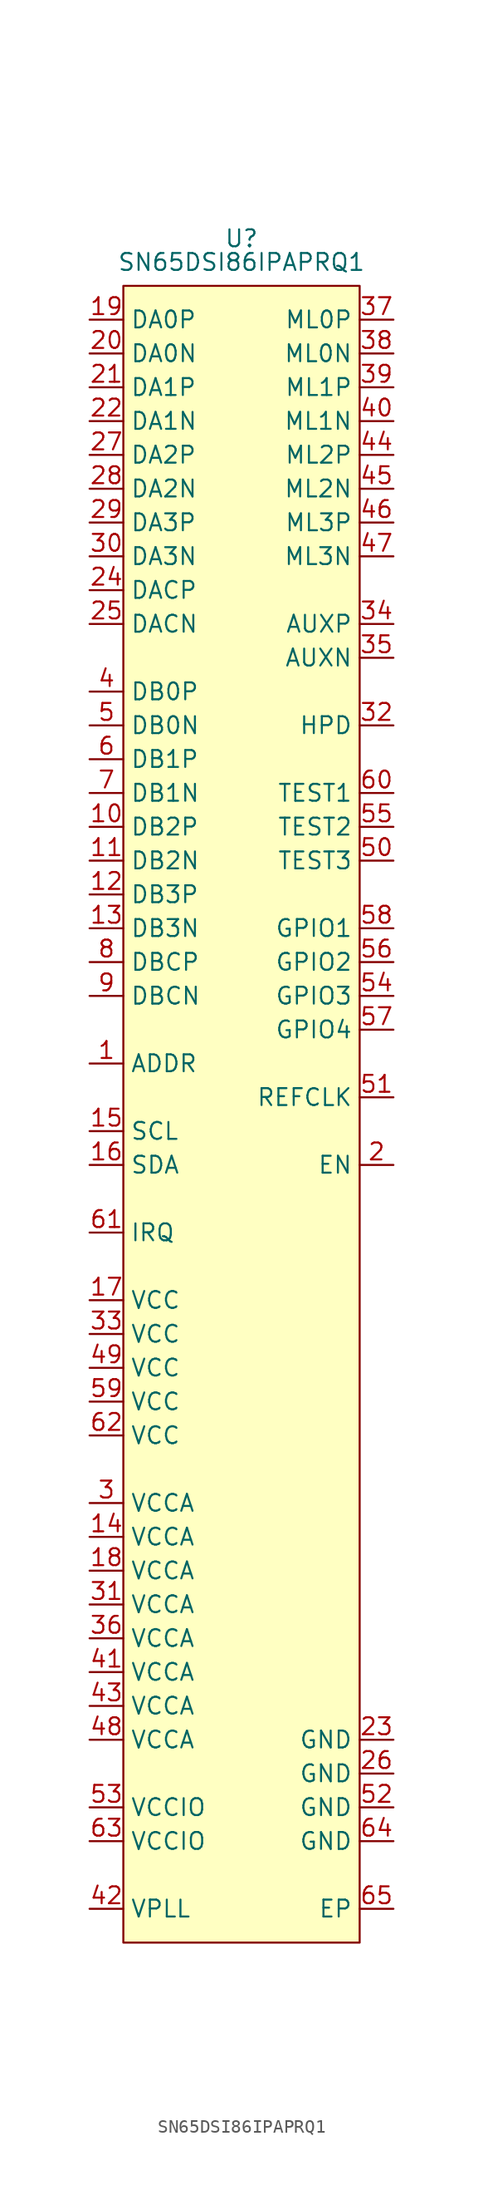
<source format=kicad_sym>
(kicad_symbol_lib
  (version 20231120)
  (generator "kicad_symbol_editor")
  (generator_version "8.0")
  (symbol "SN65DSI86IPAPRQ1"
    (property "Reference" "U"
      (at 0 65.786 0)
      (effects (font (size 1.27 1.27))))
    (property "Value" "SN65DSI86IPAPRQ1"
      (at 0 64.008 0)
      (effects (font (size 1.27 1.27))))
    (symbol "SN65DSI86IPAPRQ1_1_1"
      (rectangle (start -8.89 62.23) (end 8.89 -62.23) (stroke (width 0) (type default)) (fill (type background)))
      (pin input line (at -11.43 3.81 0) (length 2.54) (name "ADDR" (effects (font (size 1.27 1.27)))) (number "1" (effects (font (size 1.27 1.27)))))
      (pin input line (at -11.43 21.59 0) (length 2.54) (name "DB2P" (effects (font (size 1.27 1.27)))) (number "10" (effects (font (size 1.27 1.27)))))
      (pin input line (at -11.43 19.05 0) (length 2.54) (name "DB2N" (effects (font (size 1.27 1.27)))) (number "11" (effects (font (size 1.27 1.27)))))
      (pin input line (at -11.43 16.51 0) (length 2.54) (name "DB3P" (effects (font (size 1.27 1.27)))) (number "12" (effects (font (size 1.27 1.27)))))
      (pin input line (at -11.43 13.97 0) (length 2.54) (name "DB3N" (effects (font (size 1.27 1.27)))) (number "13" (effects (font (size 1.27 1.27)))))
      (pin input line (at -11.43 -31.75 0) (length 2.54) (name "VCCA" (effects (font (size 1.27 1.27)))) (number "14" (effects (font (size 1.27 1.27)))))
      (pin input line (at -11.43 -1.27 0) (length 2.54) (name "SCL" (effects (font (size 1.27 1.27)))) (number "15" (effects (font (size 1.27 1.27)))))
      (pin input line (at -11.43 -3.81 0) (length 2.54) (name "SDA" (effects (font (size 1.27 1.27)))) (number "16" (effects (font (size 1.27 1.27)))))
      (pin input line (at -11.43 -13.97 0) (length 2.54) (name "VCC" (effects (font (size 1.27 1.27)))) (number "17" (effects (font (size 1.27 1.27)))))
      (pin input line (at -11.43 -34.29 0) (length 2.54) (name "VCCA" (effects (font (size 1.27 1.27)))) (number "18" (effects (font (size 1.27 1.27)))))
      (pin input line (at -11.43 59.69 0) (length 2.54) (name "DA0P" (effects (font (size 1.27 1.27)))) (number "19" (effects (font (size 1.27 1.27)))))
      (pin input line (at 11.43 -3.81 180) (length 2.54) (name "EN" (effects (font (size 1.27 1.27)))) (number "2" (effects (font (size 1.27 1.27)))))
      (pin input line (at -11.43 57.15 0) (length 2.54) (name "DA0N" (effects (font (size 1.27 1.27)))) (number "20" (effects (font (size 1.27 1.27)))))
      (pin input line (at -11.43 54.61 0) (length 2.54) (name "DA1P" (effects (font (size 1.27 1.27)))) (number "21" (effects (font (size 1.27 1.27)))))
      (pin input line (at -11.43 52.07 0) (length 2.54) (name "DA1N" (effects (font (size 1.27 1.27)))) (number "22" (effects (font (size 1.27 1.27)))))
      (pin input line (at 11.43 -46.99 180) (length 2.54) (name "GND" (effects (font (size 1.27 1.27)))) (number "23" (effects (font (size 1.27 1.27)))))
      (pin input line (at -11.43 39.37 0) (length 2.54) (name "DACP" (effects (font (size 1.27 1.27)))) (number "24" (effects (font (size 1.27 1.27)))))
      (pin input line (at -11.43 36.83 0) (length 2.54) (name "DACN" (effects (font (size 1.27 1.27)))) (number "25" (effects (font (size 1.27 1.27)))))
      (pin input line (at 11.43 -49.53 180) (length 2.54) (name "GND" (effects (font (size 1.27 1.27)))) (number "26" (effects (font (size 1.27 1.27)))))
      (pin input line (at -11.43 49.53 0) (length 2.54) (name "DA2P" (effects (font (size 1.27 1.27)))) (number "27" (effects (font (size 1.27 1.27)))))
      (pin input line (at -11.43 46.99 0) (length 2.54) (name "DA2N" (effects (font (size 1.27 1.27)))) (number "28" (effects (font (size 1.27 1.27)))))
      (pin input line (at -11.43 44.45 0) (length 2.54) (name "DA3P" (effects (font (size 1.27 1.27)))) (number "29" (effects (font (size 1.27 1.27)))))
      (pin input line (at -11.43 -29.21 0) (length 2.54) (name "VCCA" (effects (font (size 1.27 1.27)))) (number "3" (effects (font (size 1.27 1.27)))))
      (pin input line (at -11.43 41.91 0) (length 2.54) (name "DA3N" (effects (font (size 1.27 1.27)))) (number "30" (effects (font (size 1.27 1.27)))))
      (pin input line (at -11.43 -36.83 0) (length 2.54) (name "VCCA" (effects (font (size 1.27 1.27)))) (number "31" (effects (font (size 1.27 1.27)))))
      (pin input line (at 11.43 29.21 180) (length 2.54) (name "HPD" (effects (font (size 1.27 1.27)))) (number "32" (effects (font (size 1.27 1.27)))))
      (pin input line (at -11.43 -16.51 0) (length 2.54) (name "VCC" (effects (font (size 1.27 1.27)))) (number "33" (effects (font (size 1.27 1.27)))))
      (pin input line (at 11.43 36.83 180) (length 2.54) (name "AUXP" (effects (font (size 1.27 1.27)))) (number "34" (effects (font (size 1.27 1.27)))))
      (pin input line (at 11.43 34.29 180) (length 2.54) (name "AUXN" (effects (font (size 1.27 1.27)))) (number "35" (effects (font (size 1.27 1.27)))))
      (pin input line (at -11.43 -39.37 0) (length 2.54) (name "VCCA" (effects (font (size 1.27 1.27)))) (number "36" (effects (font (size 1.27 1.27)))))
      (pin input line (at 11.43 59.69 180) (length 2.54) (name "ML0P" (effects (font (size 1.27 1.27)))) (number "37" (effects (font (size 1.27 1.27)))))
      (pin input line (at 11.43 57.15 180) (length 2.54) (name "ML0N" (effects (font (size 1.27 1.27)))) (number "38" (effects (font (size 1.27 1.27)))))
      (pin input line (at 11.43 54.61 180) (length 2.54) (name "ML1P" (effects (font (size 1.27 1.27)))) (number "39" (effects (font (size 1.27 1.27)))))
      (pin input line (at -11.43 31.75 0) (length 2.54) (name "DB0P" (effects (font (size 1.27 1.27)))) (number "4" (effects (font (size 1.27 1.27)))))
      (pin input line (at 11.43 52.07 180) (length 2.54) (name "ML1N" (effects (font (size 1.27 1.27)))) (number "40" (effects (font (size 1.27 1.27)))))
      (pin input line (at -11.43 -41.91 0) (length 2.54) (name "VCCA" (effects (font (size 1.27 1.27)))) (number "41" (effects (font (size 1.27 1.27)))))
      (pin input line (at -11.43 -59.69 0) (length 2.54) (name "VPLL" (effects (font (size 1.27 1.27)))) (number "42" (effects (font (size 1.27 1.27)))))
      (pin input line (at -11.43 -44.45 0) (length 2.54) (name "VCCA" (effects (font (size 1.27 1.27)))) (number "43" (effects (font (size 1.27 1.27)))))
      (pin input line (at 11.43 49.53 180) (length 2.54) (name "ML2P" (effects (font (size 1.27 1.27)))) (number "44" (effects (font (size 1.27 1.27)))))
      (pin input line (at 11.43 46.99 180) (length 2.54) (name "ML2N" (effects (font (size 1.27 1.27)))) (number "45" (effects (font (size 1.27 1.27)))))
      (pin input line (at 11.43 44.45 180) (length 2.54) (name "ML3P" (effects (font (size 1.27 1.27)))) (number "46" (effects (font (size 1.27 1.27)))))
      (pin input line (at 11.43 41.91 180) (length 2.54) (name "ML3N" (effects (font (size 1.27 1.27)))) (number "47" (effects (font (size 1.27 1.27)))))
      (pin input line (at -11.43 -46.99 0) (length 2.54) (name "VCCA" (effects (font (size 1.27 1.27)))) (number "48" (effects (font (size 1.27 1.27)))))
      (pin input line (at -11.43 -19.05 0) (length 2.54) (name "VCC" (effects (font (size 1.27 1.27)))) (number "49" (effects (font (size 1.27 1.27)))))
      (pin input line (at -11.43 29.21 0) (length 2.54) (name "DB0N" (effects (font (size 1.27 1.27)))) (number "5" (effects (font (size 1.27 1.27)))))
      (pin input line (at 11.43 19.05 180) (length 2.54) (name "TEST3" (effects (font (size 1.27 1.27)))) (number "50" (effects (font (size 1.27 1.27)))))
      (pin input line (at 11.43 1.27 180) (length 2.54) (name "REFCLK" (effects (font (size 1.27 1.27)))) (number "51" (effects (font (size 1.27 1.27)))))
      (pin input line (at 11.43 -52.07 180) (length 2.54) (name "GND" (effects (font (size 1.27 1.27)))) (number "52" (effects (font (size 1.27 1.27)))))
      (pin input line (at -11.43 -52.07 0) (length 2.54) (name "VCCIO" (effects (font (size 1.27 1.27)))) (number "53" (effects (font (size 1.27 1.27)))))
      (pin input line (at 11.43 8.89 180) (length 2.54) (name "GPIO3" (effects (font (size 1.27 1.27)))) (number "54" (effects (font (size 1.27 1.27)))))
      (pin input line (at 11.43 21.59 180) (length 2.54) (name "TEST2" (effects (font (size 1.27 1.27)))) (number "55" (effects (font (size 1.27 1.27)))))
      (pin input line (at 11.43 11.43 180) (length 2.54) (name "GPIO2" (effects (font (size 1.27 1.27)))) (number "56" (effects (font (size 1.27 1.27)))))
      (pin input line (at 11.43 6.35 180) (length 2.54) (name "GPIO4" (effects (font (size 1.27 1.27)))) (number "57" (effects (font (size 1.27 1.27)))))
      (pin input line (at 11.43 13.97 180) (length 2.54) (name "GPIO1" (effects (font (size 1.27 1.27)))) (number "58" (effects (font (size 1.27 1.27)))))
      (pin input line (at -11.43 -21.59 0) (length 2.54) (name "VCC" (effects (font (size 1.27 1.27)))) (number "59" (effects (font (size 1.27 1.27)))))
      (pin input line (at -11.43 26.67 0) (length 2.54) (name "DB1P" (effects (font (size 1.27 1.27)))) (number "6" (effects (font (size 1.27 1.27)))))
      (pin input line (at 11.43 24.13 180) (length 2.54) (name "TEST1" (effects (font (size 1.27 1.27)))) (number "60" (effects (font (size 1.27 1.27)))))
      (pin input line (at -11.43 -8.89 0) (length 2.54) (name "IRQ" (effects (font (size 1.27 1.27)))) (number "61" (effects (font (size 1.27 1.27)))))
      (pin input line (at -11.43 -24.13 0) (length 2.54) (name "VCC" (effects (font (size 1.27 1.27)))) (number "62" (effects (font (size 1.27 1.27)))))
      (pin input line (at -11.43 -54.61 0) (length 2.54) (name "VCCIO" (effects (font (size 1.27 1.27)))) (number "63" (effects (font (size 1.27 1.27)))))
      (pin input line (at 11.43 -54.61 180) (length 2.54) (name "GND" (effects (font (size 1.27 1.27)))) (number "64" (effects (font (size 1.27 1.27)))))
      (pin input line (at 11.43 -59.69 180) (length 2.54) (name "EP" (effects (font (size 1.27 1.27)))) (number "65" (effects (font (size 1.27 1.27)))))
      (pin input line (at -11.43 24.13 0) (length 2.54) (name "DB1N" (effects (font (size 1.27 1.27)))) (number "7" (effects (font (size 1.27 1.27)))))
      (pin input line (at -11.43 11.43 0) (length 2.54) (name "DBCP" (effects (font (size 1.27 1.27)))) (number "8" (effects (font (size 1.27 1.27)))))
      (pin input line (at -11.43 8.89 0) (length 2.54) (name "DBCN" (effects (font (size 1.27 1.27)))) (number "9" (effects (font (size 1.27 1.27))))))))
</source>
